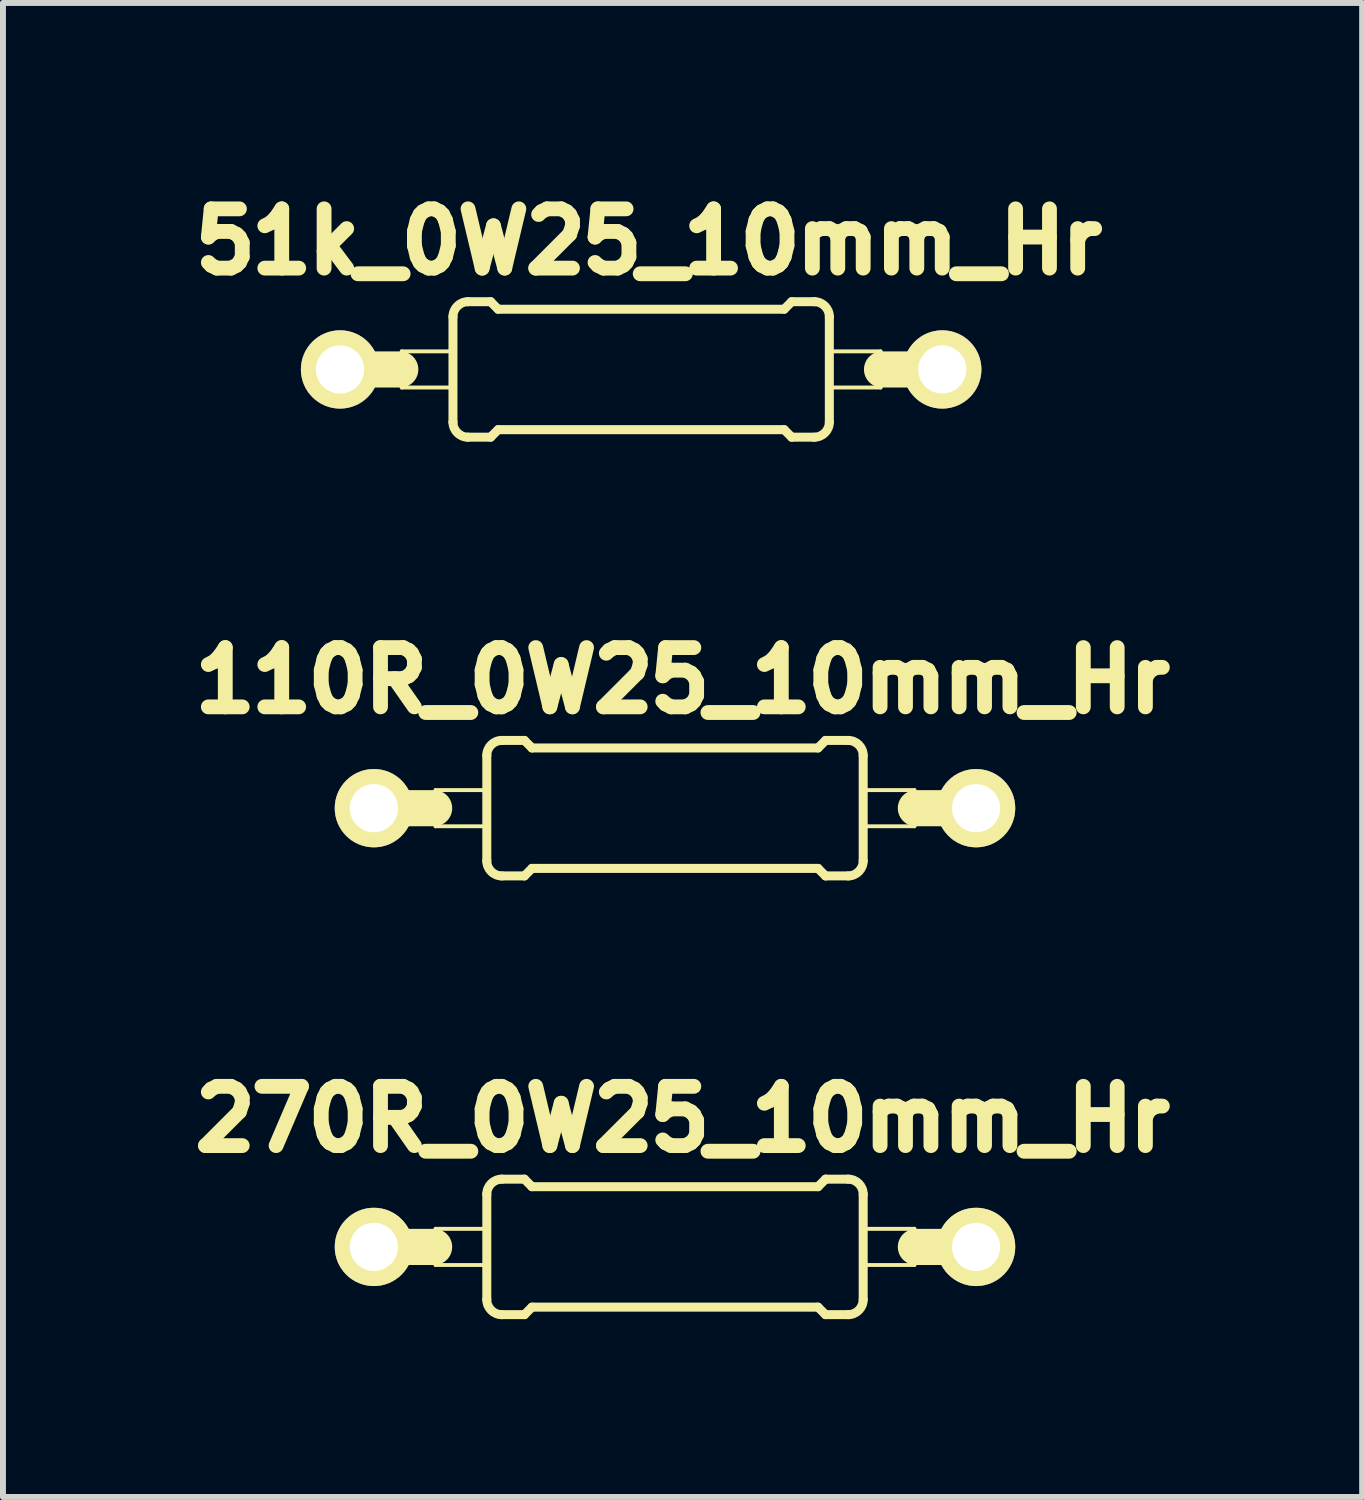
<source format=kicad_pcb>
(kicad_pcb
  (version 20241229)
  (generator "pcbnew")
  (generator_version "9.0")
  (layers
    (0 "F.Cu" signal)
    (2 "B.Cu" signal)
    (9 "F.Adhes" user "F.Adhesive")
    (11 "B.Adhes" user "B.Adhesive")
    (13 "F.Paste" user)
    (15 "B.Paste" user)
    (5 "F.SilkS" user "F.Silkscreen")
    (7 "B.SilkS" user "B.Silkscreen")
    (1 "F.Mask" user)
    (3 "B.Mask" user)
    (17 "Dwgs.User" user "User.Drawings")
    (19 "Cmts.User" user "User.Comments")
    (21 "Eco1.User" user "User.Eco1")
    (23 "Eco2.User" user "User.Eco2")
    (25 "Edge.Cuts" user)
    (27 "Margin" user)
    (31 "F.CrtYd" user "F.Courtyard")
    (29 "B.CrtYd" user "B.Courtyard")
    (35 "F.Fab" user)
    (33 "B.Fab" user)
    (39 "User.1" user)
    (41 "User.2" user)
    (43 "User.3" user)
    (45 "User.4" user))
  (footprint "270R_0W25_10mm_Hr"
    (layer "F.Cu")
    (at 8.338 17.987)
    (property "Reference" "270R_0W25_10mm_Hr" (at 0.127 -2.159 0) (layer "F.SilkS") (effects (font (size 1 1) (thickness 0.25))))
    (attr exclude_from_pos_files exclude_from_bom)
    (fp_line (start -5.08 0) (end -4.064 0) (stroke (width 0.61) (type solid)) (layer "F.SilkS"))
    (fp_line (start -4.039 -0.305) (end -3.175 -0.305) (stroke (width 0.066) (type solid)) (layer "F.SilkS"))
    (fp_line (start -4.039 0.305) (end -4.039 -0.305) (stroke (width 0.066) (type solid)) (layer "F.SilkS"))
    (fp_line (start -4.039 0.305) (end -3.175 0.305) (stroke (width 0.066) (type solid)) (layer "F.SilkS"))
    (fp_line (start -3.175 0.305) (end -3.175 -0.305) (stroke (width 0.066) (type solid)) (layer "F.SilkS"))
    (fp_line (start -3.175 0.889) (end -3.175 -0.889) (stroke (width 0.152) (type solid)) (layer "F.SilkS"))
    (fp_line (start -2.921 -1.143) (end -2.54 -1.143) (stroke (width 0.152) (type solid)) (layer "F.SilkS"))
    (fp_line (start -2.921 1.143) (end -2.54 1.143) (stroke (width 0.152) (type solid)) (layer "F.SilkS"))
    (fp_line (start -2.413 -1.016) (end -2.54 -1.143) (stroke (width 0.152) (type solid)) (layer "F.SilkS"))
    (fp_line (start -2.413 1.016) (end -2.54 1.143) (stroke (width 0.152) (type solid)) (layer "F.SilkS"))
    (fp_line (start 2.413 -1.016) (end -2.413 -1.016) (stroke (width 0.152) (type solid)) (layer "F.SilkS"))
    (fp_line (start 2.413 -1.016) (end 2.54 -1.143) (stroke (width 0.152) (type solid)) (layer "F.SilkS"))
    (fp_line (start 2.413 1.016) (end -2.413 1.016) (stroke (width 0.152) (type solid)) (layer "F.SilkS"))
    (fp_line (start 2.413 1.016) (end 2.54 1.143) (stroke (width 0.152) (type solid)) (layer "F.SilkS"))
    (fp_line (start 2.921 -1.143) (end 2.54 -1.143) (stroke (width 0.152) (type solid)) (layer "F.SilkS"))
    (fp_line (start 2.921 1.143) (end 2.54 1.143) (stroke (width 0.152) (type solid)) (layer "F.SilkS"))
    (fp_line (start 3.175 -0.305) (end 4.039 -0.305) (stroke (width 0.066) (type solid)) (layer "F.SilkS"))
    (fp_line (start 3.175 0.305) (end 3.175 -0.305) (stroke (width 0.066) (type solid)) (layer "F.SilkS"))
    (fp_line (start 3.175 0.305) (end 4.039 0.305) (stroke (width 0.066) (type solid)) (layer "F.SilkS"))
    (fp_line (start 3.175 0.889) (end 3.175 -0.889) (stroke (width 0.152) (type solid)) (layer "F.SilkS"))
    (fp_line (start 4.039 0.305) (end 4.039 -0.305) (stroke (width 0.066) (type solid)) (layer "F.SilkS"))
    (fp_line (start 5.08 0) (end 4.064 0) (stroke (width 0.61) (type solid)) (layer "F.SilkS"))
    (fp_arc (start -3.175 -0.889) (mid -3.100605 -1.068605) (end -2.921 -1.143) (stroke (width 0.1524) (type solid)) (layer "F.SilkS"))
    (fp_arc (start -2.921 1.143) (mid -3.100605 1.068605) (end -3.175 0.889) (stroke (width 0.1524) (type solid)) (layer "F.SilkS"))
    (fp_arc (start 2.921 -1.143) (mid 3.100605 -1.068605) (end 3.175 -0.889) (stroke (width 0.1524) (type solid)) (layer "F.SilkS"))
    (fp_arc (start 3.175 0.889) (mid 3.100605 1.068605) (end 2.921 1.143) (stroke (width 0.1524) (type solid)) (layer "F.SilkS"))
    (pad "1" thru_hole circle (at -5.08 0) (size 1.321 1.321) (drill 0.813) (layers "*.Cu" "F.Mask" "F.SilkS" "F.Paste"))
    (pad "2" thru_hole circle (at 5.08 0) (size 1.321 1.321) (drill 0.813) (layers "*.Cu" "F.Mask" "F.SilkS" "F.Paste")))
  (footprint "51k_0W25_10mm_Hr"
    (layer "F.Cu")
    (at 7.767 3.183)
    (property "Reference" "51k_0W25_10mm_Hr" (at 0.127 -2.159 0) (layer "F.SilkS") (effects (font (size 1 1) (thickness 0.25))))
    (attr exclude_from_pos_files exclude_from_bom)
    (fp_line (start -5.08 0) (end -4.064 0) (stroke (width 0.61) (type solid)) (layer "F.SilkS"))
    (fp_line (start -4.039 -0.305) (end -3.175 -0.305) (stroke (width 0.066) (type solid)) (layer "F.SilkS"))
    (fp_line (start -4.039 0.305) (end -4.039 -0.305) (stroke (width 0.066) (type solid)) (layer "F.SilkS"))
    (fp_line (start -4.039 0.305) (end -3.175 0.305) (stroke (width 0.066) (type solid)) (layer "F.SilkS"))
    (fp_line (start -3.175 0.305) (end -3.175 -0.305) (stroke (width 0.066) (type solid)) (layer "F.SilkS"))
    (fp_line (start -3.175 0.889) (end -3.175 -0.889) (stroke (width 0.152) (type solid)) (layer "F.SilkS"))
    (fp_line (start -2.921 -1.143) (end -2.54 -1.143) (stroke (width 0.152) (type solid)) (layer "F.SilkS"))
    (fp_line (start -2.921 1.143) (end -2.54 1.143) (stroke (width 0.152) (type solid)) (layer "F.SilkS"))
    (fp_line (start -2.413 -1.016) (end -2.54 -1.143) (stroke (width 0.152) (type solid)) (layer "F.SilkS"))
    (fp_line (start -2.413 1.016) (end -2.54 1.143) (stroke (width 0.152) (type solid)) (layer "F.SilkS"))
    (fp_line (start 2.413 -1.016) (end -2.413 -1.016) (stroke (width 0.152) (type solid)) (layer "F.SilkS"))
    (fp_line (start 2.413 -1.016) (end 2.54 -1.143) (stroke (width 0.152) (type solid)) (layer "F.SilkS"))
    (fp_line (start 2.413 1.016) (end -2.413 1.016) (stroke (width 0.152) (type solid)) (layer "F.SilkS"))
    (fp_line (start 2.413 1.016) (end 2.54 1.143) (stroke (width 0.152) (type solid)) (layer "F.SilkS"))
    (fp_line (start 2.921 -1.143) (end 2.54 -1.143) (stroke (width 0.152) (type solid)) (layer "F.SilkS"))
    (fp_line (start 2.921 1.143) (end 2.54 1.143) (stroke (width 0.152) (type solid)) (layer "F.SilkS"))
    (fp_line (start 3.175 -0.305) (end 4.039 -0.305) (stroke (width 0.066) (type solid)) (layer "F.SilkS"))
    (fp_line (start 3.175 0.305) (end 3.175 -0.305) (stroke (width 0.066) (type solid)) (layer "F.SilkS"))
    (fp_line (start 3.175 0.305) (end 4.039 0.305) (stroke (width 0.066) (type solid)) (layer "F.SilkS"))
    (fp_line (start 3.175 0.889) (end 3.175 -0.889) (stroke (width 0.152) (type solid)) (layer "F.SilkS"))
    (fp_line (start 4.039 0.305) (end 4.039 -0.305) (stroke (width 0.066) (type solid)) (layer "F.SilkS"))
    (fp_line (start 5.08 0) (end 4.064 0) (stroke (width 0.61) (type solid)) (layer "F.SilkS"))
    (fp_arc (start -3.175 -0.889) (mid -3.100605 -1.068605) (end -2.921 -1.143) (stroke (width 0.1524) (type solid)) (layer "F.SilkS"))
    (fp_arc (start -2.921 1.143) (mid -3.100605 1.068605) (end -3.175 0.889) (stroke (width 0.1524) (type solid)) (layer "F.SilkS"))
    (fp_arc (start 2.921 -1.143) (mid 3.100605 -1.068605) (end 3.175 -0.889) (stroke (width 0.1524) (type solid)) (layer "F.SilkS"))
    (fp_arc (start 3.175 0.889) (mid 3.100605 1.068605) (end 2.921 1.143) (stroke (width 0.1524) (type solid)) (layer "F.SilkS"))
    (pad "1" thru_hole circle (at -5.08 0) (size 1.321 1.321) (drill 0.813) (layers "*.Cu" "F.Mask" "F.SilkS" "F.Paste"))
    (pad "2" thru_hole circle (at 5.08 0) (size 1.321 1.321) (drill 0.813) (layers "*.Cu" "F.Mask" "F.SilkS" "F.Paste")))
  (footprint "110R_0W25_10mm_Hr"
    (layer "F.Cu")
    (at 8.338 10.585)
    (property "Reference" "110R_0W25_10mm_Hr" (at 0.127 -2.159 0) (layer "F.SilkS") (effects (font (size 1 1) (thickness 0.25))))
    (attr exclude_from_pos_files exclude_from_bom)
    (fp_line (start -5.08 0) (end -4.064 0) (stroke (width 0.61) (type solid)) (layer "F.SilkS"))
    (fp_line (start -4.039 -0.305) (end -3.175 -0.305) (stroke (width 0.066) (type solid)) (layer "F.SilkS"))
    (fp_line (start -4.039 0.305) (end -4.039 -0.305) (stroke (width 0.066) (type solid)) (layer "F.SilkS"))
    (fp_line (start -4.039 0.305) (end -3.175 0.305) (stroke (width 0.066) (type solid)) (layer "F.SilkS"))
    (fp_line (start -3.175 0.305) (end -3.175 -0.305) (stroke (width 0.066) (type solid)) (layer "F.SilkS"))
    (fp_line (start -3.175 0.889) (end -3.175 -0.889) (stroke (width 0.152) (type solid)) (layer "F.SilkS"))
    (fp_line (start -2.921 -1.143) (end -2.54 -1.143) (stroke (width 0.152) (type solid)) (layer "F.SilkS"))
    (fp_line (start -2.921 1.143) (end -2.54 1.143) (stroke (width 0.152) (type solid)) (layer "F.SilkS"))
    (fp_line (start -2.413 -1.016) (end -2.54 -1.143) (stroke (width 0.152) (type solid)) (layer "F.SilkS"))
    (fp_line (start -2.413 1.016) (end -2.54 1.143) (stroke (width 0.152) (type solid)) (layer "F.SilkS"))
    (fp_line (start 2.413 -1.016) (end -2.413 -1.016) (stroke (width 0.152) (type solid)) (layer "F.SilkS"))
    (fp_line (start 2.413 -1.016) (end 2.54 -1.143) (stroke (width 0.152) (type solid)) (layer "F.SilkS"))
    (fp_line (start 2.413 1.016) (end -2.413 1.016) (stroke (width 0.152) (type solid)) (layer "F.SilkS"))
    (fp_line (start 2.413 1.016) (end 2.54 1.143) (stroke (width 0.152) (type solid)) (layer "F.SilkS"))
    (fp_line (start 2.921 -1.143) (end 2.54 -1.143) (stroke (width 0.152) (type solid)) (layer "F.SilkS"))
    (fp_line (start 2.921 1.143) (end 2.54 1.143) (stroke (width 0.152) (type solid)) (layer "F.SilkS"))
    (fp_line (start 3.175 -0.305) (end 4.039 -0.305) (stroke (width 0.066) (type solid)) (layer "F.SilkS"))
    (fp_line (start 3.175 0.305) (end 3.175 -0.305) (stroke (width 0.066) (type solid)) (layer "F.SilkS"))
    (fp_line (start 3.175 0.305) (end 4.039 0.305) (stroke (width 0.066) (type solid)) (layer "F.SilkS"))
    (fp_line (start 3.175 0.889) (end 3.175 -0.889) (stroke (width 0.152) (type solid)) (layer "F.SilkS"))
    (fp_line (start 4.039 0.305) (end 4.039 -0.305) (stroke (width 0.066) (type solid)) (layer "F.SilkS"))
    (fp_line (start 5.08 0) (end 4.064 0) (stroke (width 0.61) (type solid)) (layer "F.SilkS"))
    (fp_arc (start -3.175 -0.889) (mid -3.100605 -1.068605) (end -2.921 -1.143) (stroke (width 0.1524) (type solid)) (layer "F.SilkS"))
    (fp_arc (start -2.921 1.143) (mid -3.100605 1.068605) (end -3.175 0.889) (stroke (width 0.1524) (type solid)) (layer "F.SilkS"))
    (fp_arc (start 2.921 -1.143) (mid 3.100605 -1.068605) (end 3.175 -0.889) (stroke (width 0.1524) (type solid)) (layer "F.SilkS"))
    (fp_arc (start 3.175 0.889) (mid 3.100605 1.068605) (end 2.921 1.143) (stroke (width 0.1524) (type solid)) (layer "F.SilkS"))
    (pad "1" thru_hole circle (at -5.08 0) (size 1.321 1.321) (drill 0.813) (layers "*.Cu" "F.Mask" "F.SilkS" "F.Paste"))
    (pad "2" thru_hole circle (at 5.08 0) (size 1.321 1.321) (drill 0.813) (layers "*.Cu" "F.Mask" "F.SilkS" "F.Paste")))
  (gr_rect
    (start -3 -3)
    (end 19.931 22.206)
    (stroke (width 0.1) (type default))
    (fill no)
    (layer "Edge.Cuts")))
</source>
